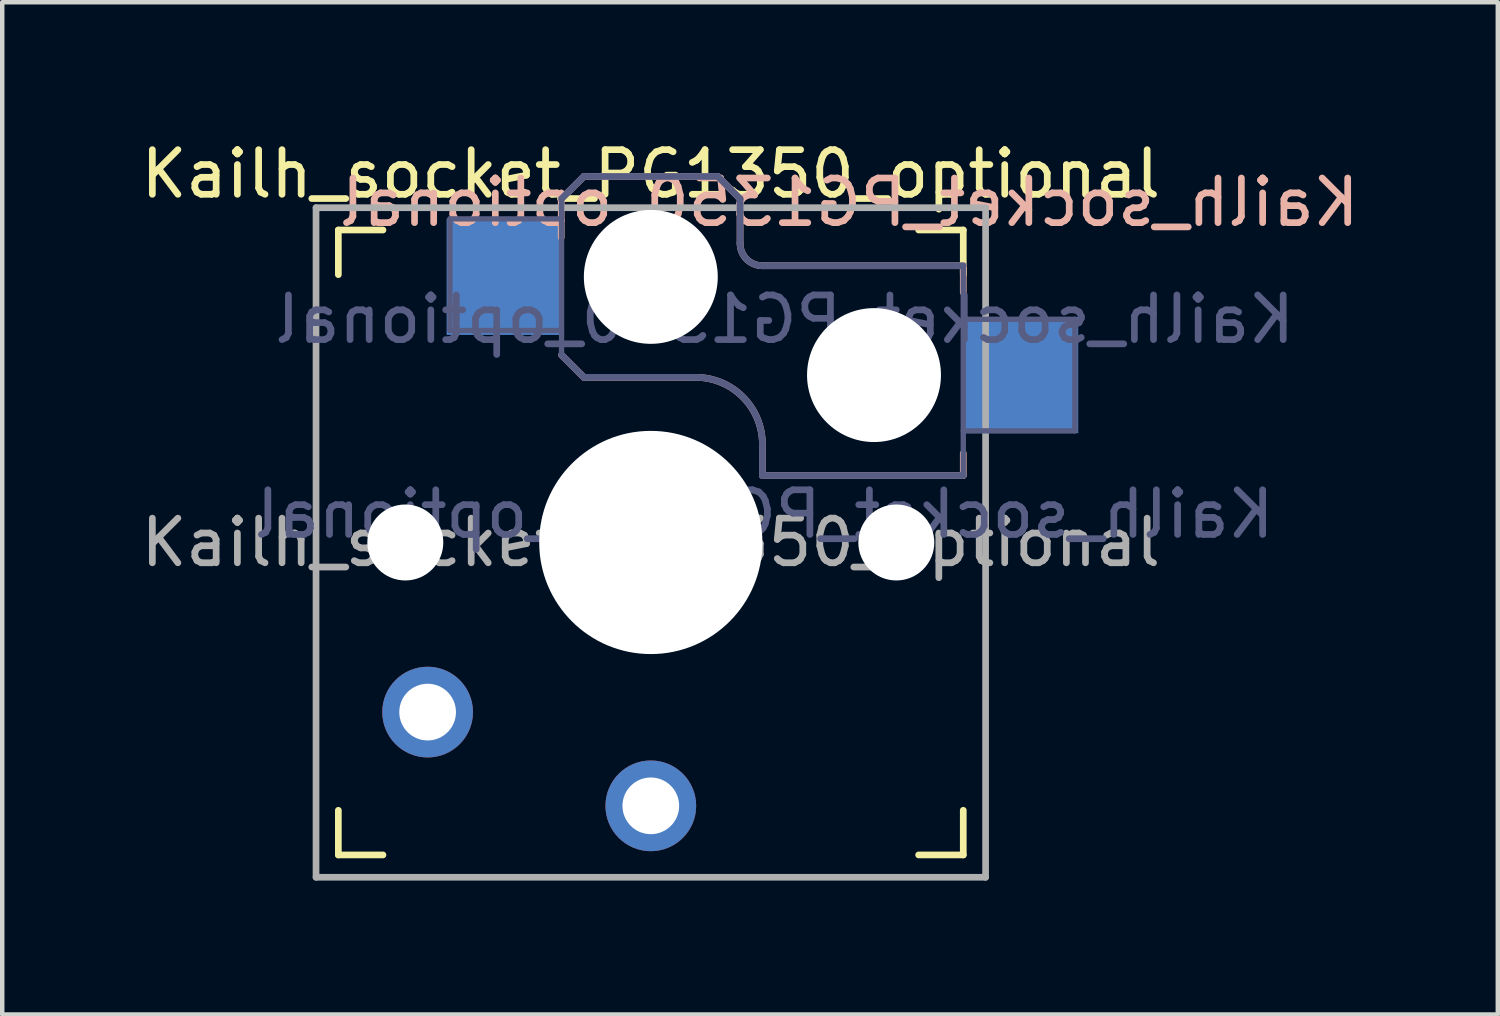
<source format=kicad_pcb>
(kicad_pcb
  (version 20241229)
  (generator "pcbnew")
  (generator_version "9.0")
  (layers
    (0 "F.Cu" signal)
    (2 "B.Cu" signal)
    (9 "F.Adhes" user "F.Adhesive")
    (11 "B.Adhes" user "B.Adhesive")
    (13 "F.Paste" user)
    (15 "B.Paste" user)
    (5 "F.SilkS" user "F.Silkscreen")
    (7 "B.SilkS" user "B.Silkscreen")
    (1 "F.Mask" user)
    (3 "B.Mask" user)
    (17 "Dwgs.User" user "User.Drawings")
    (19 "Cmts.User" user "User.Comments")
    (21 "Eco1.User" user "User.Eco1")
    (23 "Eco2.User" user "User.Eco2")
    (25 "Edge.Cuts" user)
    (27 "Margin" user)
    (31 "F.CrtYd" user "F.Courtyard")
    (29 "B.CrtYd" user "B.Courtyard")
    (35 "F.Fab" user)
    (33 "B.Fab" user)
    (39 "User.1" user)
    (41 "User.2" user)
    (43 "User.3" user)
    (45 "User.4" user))
  (footprint "Kailh_socket_PG1350_optional"
    (layer "F.Cu")
    (at 11.53 9.103)
    (property "Reference" "Kailh_socket_PG1350_optional" (at 0 -8.255 0) (layer "F.SilkS") (effects (font (size 1 1) (thickness 0.15))))
    (property "Value" "Kailh_socket_PG1350_optional" (at 0 8.25 0) (layer "F.Fab") (hide yes) (effects (font (size 1 1) (thickness 0.15))))
    (attr through_hole)
    (fp_line (start -7 -6) (end -7 -7) (stroke (width 0.15) (type solid)) (layer "F.SilkS"))
    (fp_line (start -7 7) (end -7 6) (stroke (width 0.15) (type solid)) (layer "F.SilkS"))
    (fp_line (start -7 7) (end -6 7) (stroke (width 0.15) (type solid)) (layer "F.SilkS"))
    (fp_line (start -6 -7) (end -7 -7) (stroke (width 0.15) (type solid)) (layer "F.SilkS"))
    (fp_line (start 6 7) (end 7 7) (stroke (width 0.15) (type solid)) (layer "F.SilkS"))
    (fp_line (start 7 -7) (end 6 -7) (stroke (width 0.15) (type solid)) (layer "F.SilkS"))
    (fp_line (start 7 -7) (end 7 -6) (stroke (width 0.15) (type solid)) (layer "F.SilkS"))
    (fp_line (start 7 6) (end 7 7) (stroke (width 0.15) (type solid)) (layer "F.SilkS"))
    (fp_line (start -2 -7.7) (end -1.5 -8.2) (stroke (width 0.15) (type solid)) (layer "B.SilkS"))
    (fp_line (start -2 -4.2) (end -1.5 -3.7) (stroke (width 0.15) (type solid)) (layer "B.SilkS"))
    (fp_line (start -1.5 -8.2) (end 1.5 -8.2) (stroke (width 0.15) (type solid)) (layer "B.SilkS"))
    (fp_line (start -1.5 -3.7) (end 1 -3.7) (stroke (width 0.15) (type solid)) (layer "B.SilkS"))
    (fp_line (start 1.5 -8.2) (end 2 -7.7) (stroke (width 0.15) (type solid)) (layer "B.SilkS"))
    (fp_line (start 2 -6.7) (end 2 -7.7) (stroke (width 0.15) (type solid)) (layer "B.SilkS"))
    (fp_line (start 2.5 -2.2) (end 2.5 -1.5) (stroke (width 0.15) (type solid)) (layer "B.SilkS"))
    (fp_line (start 2.5 -1.5) (end 7 -1.5) (stroke (width 0.15) (type solid)) (layer "B.SilkS"))
    (fp_line (start 7 -6.2) (end 2.5 -6.2) (stroke (width 0.15) (type solid)) (layer "B.SilkS"))
    (fp_line (start 7 -5.6) (end 7 -6.2) (stroke (width 0.15) (type solid)) (layer "B.SilkS"))
    (fp_line (start 7 -1.5) (end 7 -2) (stroke (width 0.15) (type solid)) (layer "B.SilkS"))
    (fp_arc (start 1 -3.7) (mid 2.06066 -3.26066) (end 2.5 -2.2) (stroke (width 0.15) (type solid)) (layer "B.SilkS"))
    (fp_arc (start 2.5 -6.2) (mid 2.146447 -6.346447) (end 2 -6.7) (stroke (width 0.15) (type solid)) (layer "B.SilkS"))
    (fp_line (start -6.9 6.9) (end -6.9 -6.9) (stroke (width 0.15) (type solid)) (layer "Eco2.User"))
    (fp_line (start -6.9 6.9) (end 6.9 6.9) (stroke (width 0.15) (type solid)) (layer "Eco2.User"))
    (fp_line (start -2.6 -3.1) (end -2.6 -6.3) (stroke (width 0.15) (type solid)) (layer "Eco2.User"))
    (fp_line (start -2.6 -3.1) (end 2.6 -3.1) (stroke (width 0.15) (type solid)) (layer "Eco2.User"))
    (fp_line (start 2.6 -6.3) (end -2.6 -6.3) (stroke (width 0.15) (type solid)) (layer "Eco2.User"))
    (fp_line (start 2.6 -3.1) (end 2.6 -6.3) (stroke (width 0.15) (type solid)) (layer "Eco2.User"))
    (fp_line (start 6.9 -6.9) (end -6.9 -6.9) (stroke (width 0.15) (type solid)) (layer "Eco2.User"))
    (fp_line (start 6.9 -6.9) (end 6.9 6.9) (stroke (width 0.15) (type solid)) (layer "Eco2.User"))
    (fp_line (start -4.5 -7.25) (end -2 -7.25) (stroke (width 0.12) (type solid)) (layer "B.Fab"))
    (fp_line (start -4.5 -4.75) (end -4.5 -7.25) (stroke (width 0.12) (type solid)) (layer "B.Fab"))
    (fp_line (start -2 -7.7) (end -1.5 -8.2) (stroke (width 0.15) (type solid)) (layer "B.Fab"))
    (fp_line (start -2 -4.75) (end -4.5 -4.75) (stroke (width 0.12) (type solid)) (layer "B.Fab"))
    (fp_line (start -2 -4.25) (end -2 -7.7) (stroke (width 0.12) (type solid)) (layer "B.Fab"))
    (fp_line (start -2 -4.2) (end -1.5 -3.7) (stroke (width 0.15) (type solid)) (layer "B.Fab"))
    (fp_line (start -1.5 -8.2) (end 1.5 -8.2) (stroke (width 0.15) (type solid)) (layer "B.Fab"))
    (fp_line (start -1.5 -3.7) (end 1 -3.7) (stroke (width 0.15) (type solid)) (layer "B.Fab"))
    (fp_line (start 1.5 -8.2) (end 2 -7.7) (stroke (width 0.15) (type solid)) (layer "B.Fab"))
    (fp_line (start 2 -6.7) (end 2 -7.7) (stroke (width 0.15) (type solid)) (layer "B.Fab"))
    (fp_line (start 2.5 -2.2) (end 2.5 -1.5) (stroke (width 0.15) (type solid)) (layer "B.Fab"))
    (fp_line (start 2.5 -1.5) (end 7 -1.5) (stroke (width 0.15) (type solid)) (layer "B.Fab"))
    (fp_line (start 7 -6.2) (end 2.5 -6.2) (stroke (width 0.15) (type solid)) (layer "B.Fab"))
    (fp_line (start 7 -5) (end 9.5 -5) (stroke (width 0.12) (type solid)) (layer "B.Fab"))
    (fp_line (start 7 -1.5) (end 7 -6.2) (stroke (width 0.12) (type solid)) (layer "B.Fab"))
    (fp_line (start 9.5 -5) (end 9.5 -2.5) (stroke (width 0.12) (type solid)) (layer "B.Fab"))
    (fp_line (start 9.5 -2.5) (end 7 -2.5) (stroke (width 0.12) (type solid)) (layer "B.Fab"))
    (fp_arc (start 1 -3.7) (mid 2.06066 -3.26066) (end 2.5 -2.2) (stroke (width 0.15) (type solid)) (layer "B.Fab"))
    (fp_arc (start 2.5 -6.2) (mid 2.146447 -6.346447) (end 2 -6.7) (stroke (width 0.15) (type solid)) (layer "B.Fab"))
    (fp_line (start -7.5 -7.5) (end 7.5 -7.5) (stroke (width 0.15) (type solid)) (layer "F.Fab"))
    (fp_line (start -7.5 7.5) (end -7.5 -7.5) (stroke (width 0.15) (type solid)) (layer "F.Fab"))
    (fp_line (start 7.5 -7.5) (end 7.5 7.5) (stroke (width 0.15) (type solid)) (layer "F.Fab"))
    (fp_line (start 7.5 7.5) (end -7.5 7.5) (stroke (width 0.15) (type solid)) (layer "F.Fab"))
    (fp_text user "${REFERENCE}" (at 4.445 -7.62 0) (layer "B.SilkS") (effects (font (size 1 1) (thickness 0.15)) (justify mirror)))
    (fp_text user "${REFERENCE}" (at 3 -5 180) (layer "B.Fab") (effects (font (size 1 1) (thickness 0.15)) (justify mirror)))
    (fp_text user "${VALUE}" (at 2.54 -0.635 0) (layer "B.Fab") (effects (font (size 1 1) (thickness 0.15)) (justify mirror)))
    (fp_text user "${REFERENCE}" (at 0 0 0) (layer "F.Fab") (effects (font (size 1 1) (thickness 0.15))))
    (pad "" np_thru_hole circle (at -5.5 0) (size 1.702 1.702) (drill 1.702) (layers "*.Cu" "*.Mask"))
    (pad "" np_thru_hole circle (at 0 -5.95) (size 3 3) (drill 3) (layers "*.Cu" "*.Mask"))
    (pad "" np_thru_hole circle (at 0 0) (size 5 5) (drill 5) (layers "*.Cu" "*.Mask"))
    (pad "" np_thru_hole circle (at 5 -3.75) (size 3 3) (drill 3) (layers "*.Cu" "*.Mask"))
    (pad "" np_thru_hole circle (at 5.5 0) (size 1.702 1.702) (drill 1.702) (layers "*.Cu" "*.Mask"))
    (pad "1" smd rect (at -3.275 -5.95) (size 2.6 2.6) (layers "B.Cu" "B.Mask" "B.Paste"))
    (pad "1" thru_hole circle (at 0 5.9) (size 2.032 2.032) (drill 1.27) (layers "*.Cu" "*.Mask"))
    (pad "2" thru_hole circle (at -5 3.8) (size 2.032 2.032) (drill 1.27) (layers "*.Cu" "*.Mask"))
    (pad "2" smd rect (at 8.275 -3.75) (size 2.6 2.6) (layers "B.Cu" "B.Mask" "B.Paste")))
  (gr_rect
    (start -3 -3)
    (end 30.505 19.678)
    (stroke (width 0.1) (type default))
    (fill no)
    (layer "Edge.Cuts")))
</source>
